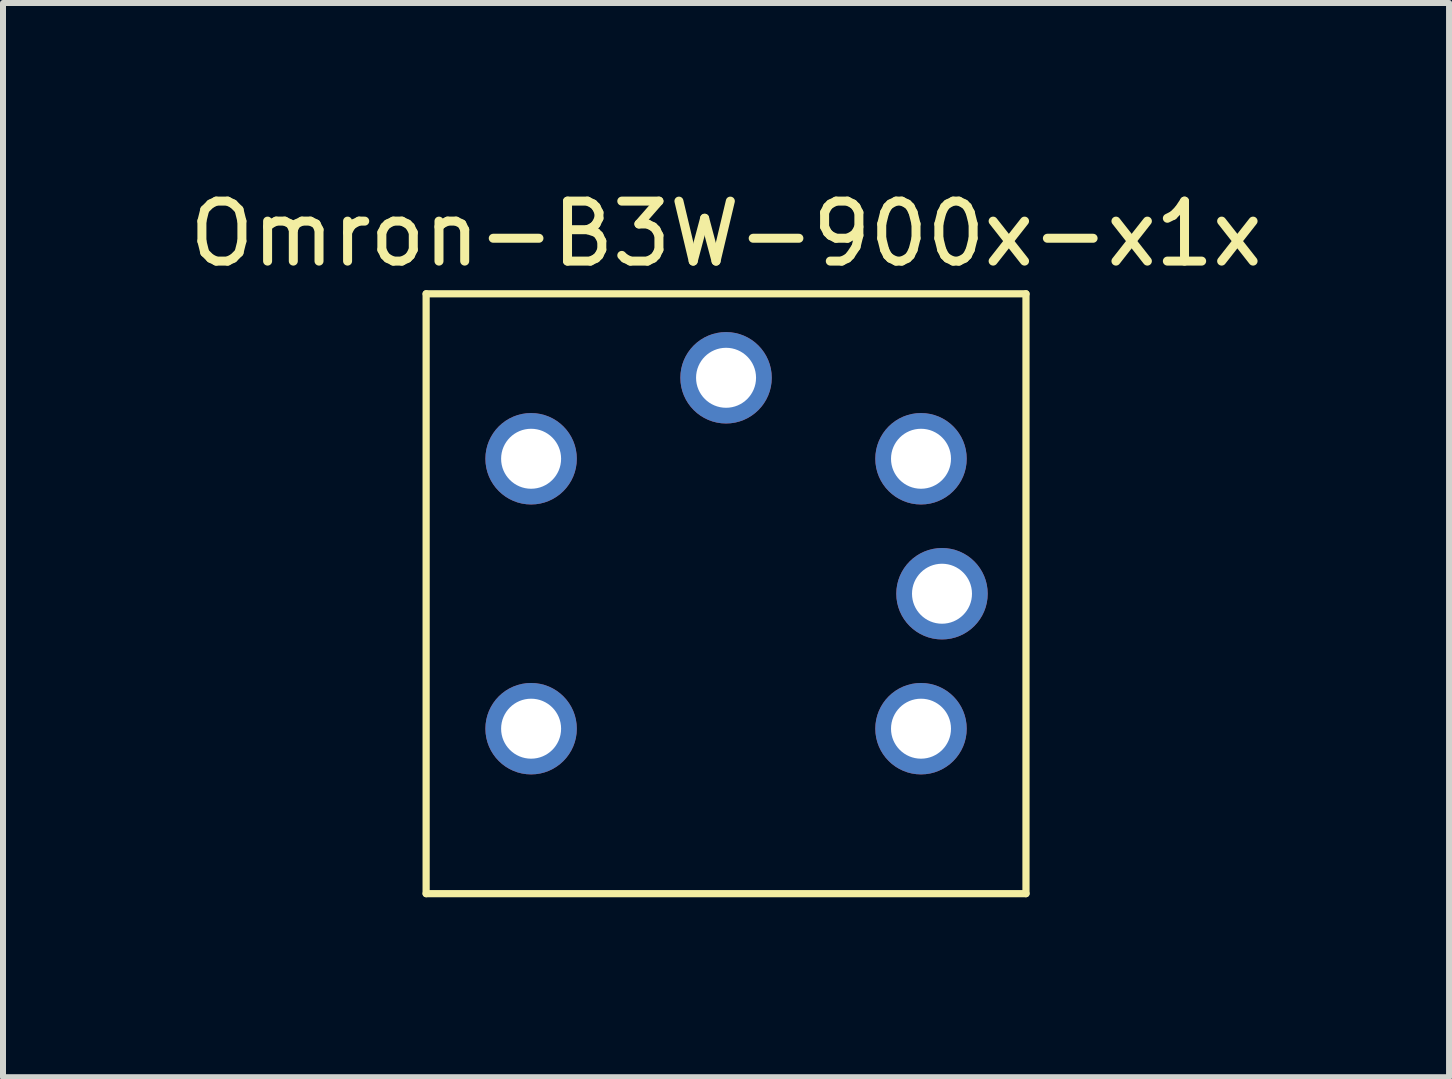
<source format=kicad_pcb>
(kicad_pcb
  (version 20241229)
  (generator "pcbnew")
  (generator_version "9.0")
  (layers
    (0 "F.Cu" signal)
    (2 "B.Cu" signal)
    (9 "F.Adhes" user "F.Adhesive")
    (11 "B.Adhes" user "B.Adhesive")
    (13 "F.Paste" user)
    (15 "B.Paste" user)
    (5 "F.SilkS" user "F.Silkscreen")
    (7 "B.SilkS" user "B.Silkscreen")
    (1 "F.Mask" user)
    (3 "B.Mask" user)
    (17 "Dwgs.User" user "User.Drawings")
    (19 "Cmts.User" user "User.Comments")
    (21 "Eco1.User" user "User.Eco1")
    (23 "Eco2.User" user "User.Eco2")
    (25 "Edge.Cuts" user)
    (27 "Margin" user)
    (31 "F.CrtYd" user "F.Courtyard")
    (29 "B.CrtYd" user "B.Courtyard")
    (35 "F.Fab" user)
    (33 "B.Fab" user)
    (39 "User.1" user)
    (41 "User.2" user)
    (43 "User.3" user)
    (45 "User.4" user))
  (footprint "Omron-B3W-900x-x1x"
    (layer "F.Cu")
    (at 9.054 6.848)
    (property "Reference" "Omron-B3W-900x-x1x" (at 0 -6 0) (layer "F.SilkS") (effects (font (size 1 1) (thickness 0.15))))
    (attr through_hole)
    (fp_line (start -5 -5) (end 5 -5) (stroke (width 0.12) (type solid)) (layer "F.SilkS"))
    (fp_line (start -5 5) (end -5 -5) (stroke (width 0.12) (type solid)) (layer "F.SilkS"))
    (fp_line (start 5 -5) (end 5 5) (stroke (width 0.12) (type solid)) (layer "F.SilkS"))
    (fp_line (start 5 5) (end -5 5) (stroke (width 0.12) (type solid)) (layer "F.SilkS"))
    (pad "1" thru_hole circle (at -3.25 2.25) (size 1.524 1.524) (drill 1) (layers "*.Cu" "*.Mask"))
    (pad "1" thru_hole circle (at 3.25 2.25) (size 1.524 1.524) (drill 1) (layers "*.Cu" "*.Mask"))
    (pad "3" thru_hole circle (at -3.25 -2.25) (size 1.524 1.524) (drill 1) (layers "*.Cu" "*.Mask"))
    (pad "3" thru_hole circle (at 3.25 -2.25) (size 1.524 1.524) (drill 1) (layers "*.Cu" "*.Mask"))
    (pad "5" thru_hole circle (at 0 -3.6) (size 1.524 1.524) (drill 1) (layers "*.Cu" "*.Mask"))
    (pad "6" thru_hole circle (at 3.6 0) (size 1.524 1.524) (drill 1) (layers "*.Cu" "*.Mask")))
  (gr_rect
    (start -3 -3)
    (end 21.107 14.908)
    (stroke (width 0.1) (type default))
    (fill no)
    (layer "Edge.Cuts")))
</source>
